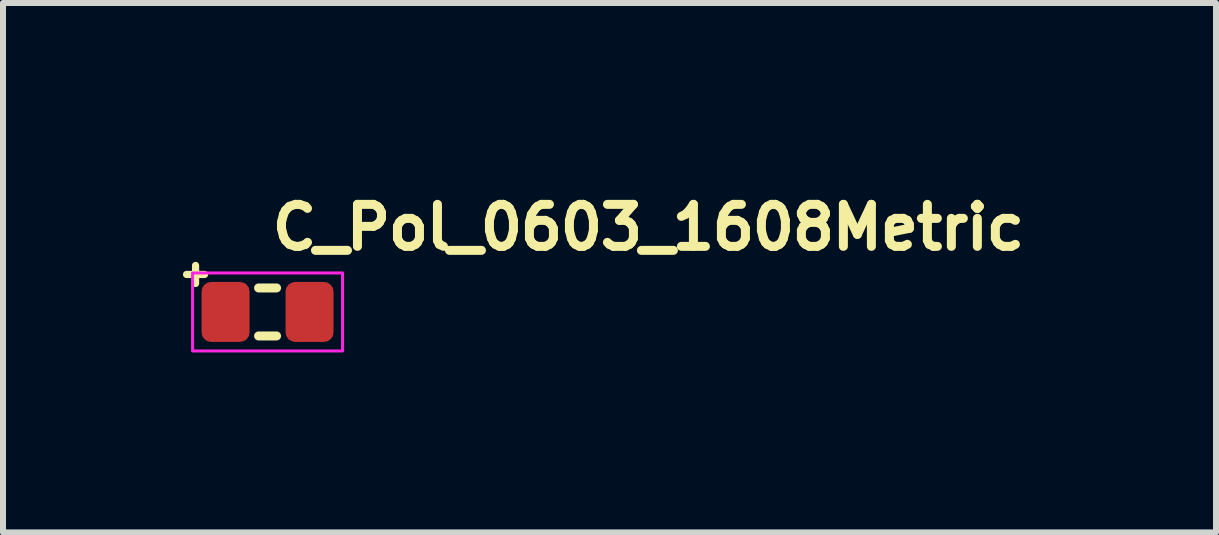
<source format=kicad_pcb>
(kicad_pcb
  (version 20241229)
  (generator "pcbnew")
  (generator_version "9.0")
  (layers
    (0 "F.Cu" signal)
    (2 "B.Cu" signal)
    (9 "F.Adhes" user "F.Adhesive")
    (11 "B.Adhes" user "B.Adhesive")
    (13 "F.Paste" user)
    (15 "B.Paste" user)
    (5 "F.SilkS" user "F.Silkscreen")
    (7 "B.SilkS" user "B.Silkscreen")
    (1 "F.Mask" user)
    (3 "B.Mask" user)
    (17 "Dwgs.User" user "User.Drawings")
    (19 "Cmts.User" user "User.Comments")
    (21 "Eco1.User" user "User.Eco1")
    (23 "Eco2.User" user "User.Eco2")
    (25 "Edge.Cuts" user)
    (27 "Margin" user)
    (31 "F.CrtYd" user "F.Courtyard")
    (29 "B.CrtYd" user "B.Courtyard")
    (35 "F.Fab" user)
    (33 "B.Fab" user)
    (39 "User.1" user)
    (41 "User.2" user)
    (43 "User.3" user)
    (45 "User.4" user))
  (footprint "C_Pol_0603_1608Metric"
    (layer "F.Cu")
    (at 1.41 2.15)
    (property "Reference" "C_Pol_0603_1608Metric" (at 0 -1 0) (layer "F.SilkS") (effects (font (size 0.7 0.7) (thickness 0.15)) (justify left bottom)))
    (attr smd)
    (fp_line (start -1.35 -0.625) (end -1.05 -0.625) (stroke (width 0.12) (type solid)) (layer "F.SilkS"))
    (fp_line (start -1.2 -0.775) (end -1.2 -0.475) (stroke (width 0.12) (type solid)) (layer "F.SilkS"))
    (fp_line (start -0.15 -0.4) (end 0.15 -0.4) (stroke (width 0.15) (type solid)) (layer "F.SilkS"))
    (fp_line (start -0.15 0.4) (end 0.15 0.4) (stroke (width 0.15) (type solid)) (layer "F.SilkS"))
    (fp_rect (start -1.25 -0.65) (end 1.25 0.65) (stroke (width 0.05) (type solid)) (fill no) (layer "F.CrtYd"))
    (fp_rect (start -0.8 -0.425) (end 0.8 0.425) (stroke (width 0.1) (type solid)) (fill no) (layer "User.5"))
    (fp_line (start -0.8 -0.425) (end -0.8 0.425) (stroke (width 0.02) (type solid)) (layer "User.9"))
    (fp_line (start -0.8 0.425) (end 0.8 0.425) (stroke (width 0.02) (type solid)) (layer "User.9"))
    (fp_line (start -0.798 -0.423) (end -0.798 0.423) (stroke (width 0.02) (type solid)) (layer "User.9"))
    (fp_line (start -0.798 -0.423) (end -0.798 0.423) (stroke (width 0.02) (type solid)) (layer "User.9"))
    (fp_line (start -0.798 0.423) (end -0.298 0.423) (stroke (width 0.02) (type solid)) (layer "User.9"))
    (fp_line (start -0.798 0.423) (end -0.298 0.423) (stroke (width 0.02) (type solid)) (layer "User.9"))
    (fp_line (start -0.298 -0.423) (end -0.798 -0.423) (stroke (width 0.02) (type solid)) (layer "User.9"))
    (fp_line (start -0.298 -0.423) (end -0.798 -0.423) (stroke (width 0.02) (type solid)) (layer "User.9"))
    (fp_line (start -0.298 0.423) (end -0.298 -0.423) (stroke (width 0.02) (type solid)) (layer "User.9"))
    (fp_line (start -0.298 0.423) (end -0.298 -0.423) (stroke (width 0.02) (type solid)) (layer "User.9"))
    (fp_line (start 0.8 -0.425) (end -0.8 -0.425) (stroke (width 0.02) (type solid)) (layer "User.9"))
    (fp_line (start 0.8 0.425) (end 0.8 -0.425) (stroke (width 0.02) (type solid)) (layer "User.9"))
    (pad "1" smd roundrect (at -0.7 0) (size 0.8 1) (layers "F.Cu" "F.Mask" "F.Paste") (roundrect_rratio 0.2))
    (pad "2" smd roundrect (at 0.7 0) (size 0.8 1) (layers "F.Cu" "F.Mask" "F.Paste") (roundrect_rratio 0.2)))
  (gr_rect
    (start -3 -3)
    (end 17.22 5.825)
    (stroke (width 0.1) (type default))
    (fill no)
    (layer "Edge.Cuts")))
</source>
